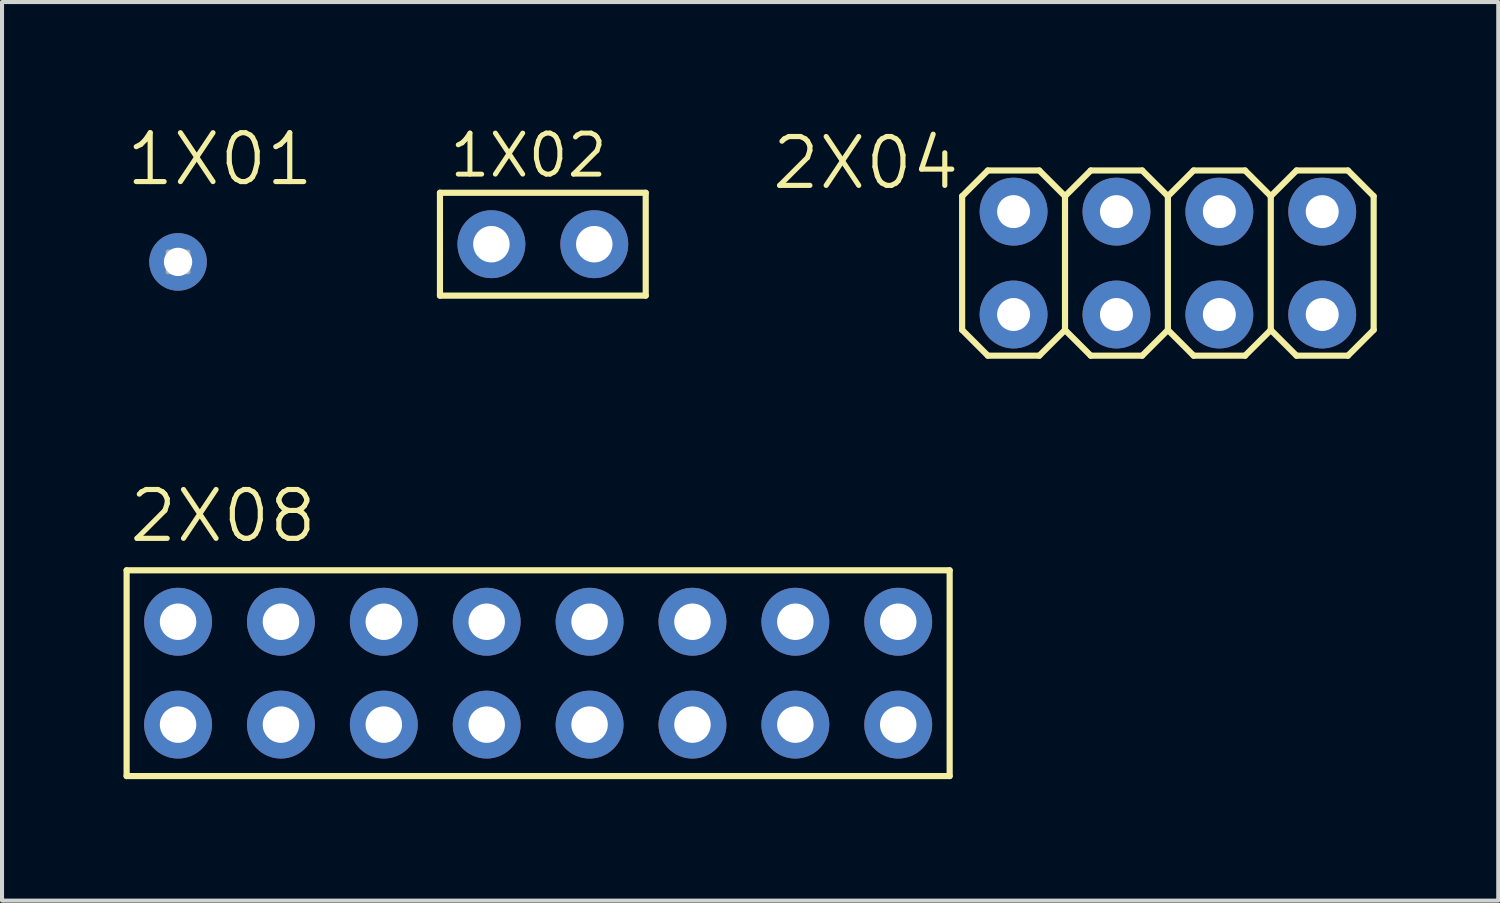
<source format=kicad_pcb>
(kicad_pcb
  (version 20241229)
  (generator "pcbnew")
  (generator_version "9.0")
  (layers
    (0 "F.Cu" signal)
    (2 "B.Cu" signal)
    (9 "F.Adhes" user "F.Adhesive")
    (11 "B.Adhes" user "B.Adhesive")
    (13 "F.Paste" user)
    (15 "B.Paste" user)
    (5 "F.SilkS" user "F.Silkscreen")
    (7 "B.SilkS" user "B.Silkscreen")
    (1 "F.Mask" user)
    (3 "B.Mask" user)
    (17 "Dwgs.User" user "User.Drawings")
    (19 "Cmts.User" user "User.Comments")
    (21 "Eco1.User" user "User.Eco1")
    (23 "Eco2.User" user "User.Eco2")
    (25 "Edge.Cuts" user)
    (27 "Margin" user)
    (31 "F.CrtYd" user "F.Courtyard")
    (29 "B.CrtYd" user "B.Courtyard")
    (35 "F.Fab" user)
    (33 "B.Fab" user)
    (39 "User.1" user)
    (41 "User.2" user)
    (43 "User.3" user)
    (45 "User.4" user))
  (footprint "1X01"
    (layer "F.Cu")
    (at 1.346 3.416)
    (property "Reference" "1X01" (at -1.346 -1.829 0) (layer "F.SilkS") (effects (font (size 1.206 1.206) (thickness 0.127)) (justify left bottom)))
    (attr through_hole)
    (fp_poly (pts (xy -0.254 0.254) (xy 0.254 0.254) (xy 0.254 -0.254) (xy -0.254 -0.254)) (stroke (width 0.1) (type solid)) (fill no) (layer "F.Fab"))
    (pad "1" thru_hole circle (at 0 0) (size 1.422 1.422) (drill 0.7) (layers "*.Cu" "*.Mask")))
  (footprint "1X02"
    (layer "F.Cu")
    (at 10.352 2.979)
    (property "Reference" "1X02" (at -2.362 -1.6 0) (layer "F.SilkS") (effects (font (size 1.013 1.013) (thickness 0.122)) (justify left bottom)))
    (attr through_hole)
    (fp_line (start -2.54 -1.27) (end -2.54 1.27) (stroke (width 0.152) (type solid)) (layer "F.SilkS"))
    (fp_line (start -2.54 -1.27) (end 2.54 -1.27) (stroke (width 0.152) (type solid)) (layer "F.SilkS"))
    (fp_line (start 2.54 -1.27) (end 2.54 1.27) (stroke (width 0.152) (type solid)) (layer "F.SilkS"))
    (fp_line (start 2.54 1.27) (end -2.54 1.27) (stroke (width 0.152) (type solid)) (layer "F.SilkS"))
    (fp_poly (pts (xy -1.524 0.254) (xy -1.016 0.254) (xy -1.016 -0.254) (xy -1.524 -0.254)) (stroke (width 0.1) (type solid)) (fill no) (layer "F.Fab"))
    (fp_poly (pts (xy 1.016 0.254) (xy 1.524 0.254) (xy 1.524 -0.254) (xy 1.016 -0.254)) (stroke (width 0.1) (type solid)) (fill no) (layer "F.Fab"))
    (pad "1" thru_hole circle (at -1.27 0 90) (size 1.676 1.676) (drill 0.9) (layers "*.Cu" "*.Mask"))
    (pad "2" thru_hole circle (at 1.27 0 90) (size 1.676 1.676) (drill 0.9) (layers "*.Cu" "*.Mask")))
  (footprint "2X08"
    (layer "F.Cu")
    (at 10.236 13.57)
    (property "Reference" "2X08" (at -10.16 -3.175 0) (layer "F.SilkS") (effects (font (size 1.206 1.206) (thickness 0.127)) (justify left bottom)))
    (attr through_hole)
    (fp_line (start -10.16 -2.54) (end 10.16 -2.54) (stroke (width 0.152) (type solid)) (layer "F.SilkS"))
    (fp_line (start -10.16 2.54) (end -10.16 -2.54) (stroke (width 0.152) (type solid)) (layer "F.SilkS"))
    (fp_line (start -10.16 2.54) (end 10.16 2.54) (stroke (width 0.152) (type solid)) (layer "F.SilkS"))
    (fp_line (start 10.16 -2.54) (end 10.16 2.54) (stroke (width 0.152) (type solid)) (layer "F.SilkS"))
    (fp_poly (pts (xy -9.144 -1.016) (xy -8.636 -1.016) (xy -8.636 -1.524) (xy -9.144 -1.524)) (stroke (width 0.1) (type solid)) (fill no) (layer "F.Fab"))
    (fp_poly (pts (xy -9.144 1.524) (xy -8.636 1.524) (xy -8.636 1.016) (xy -9.144 1.016)) (stroke (width 0.1) (type solid)) (fill no) (layer "F.Fab"))
    (fp_poly (pts (xy -6.604 -1.016) (xy -6.096 -1.016) (xy -6.096 -1.524) (xy -6.604 -1.524)) (stroke (width 0.1) (type solid)) (fill no) (layer "F.Fab"))
    (fp_poly (pts (xy -6.604 1.524) (xy -6.096 1.524) (xy -6.096 1.016) (xy -6.604 1.016)) (stroke (width 0.1) (type solid)) (fill no) (layer "F.Fab"))
    (fp_poly (pts (xy -4.064 -1.016) (xy -3.556 -1.016) (xy -3.556 -1.524) (xy -4.064 -1.524)) (stroke (width 0.1) (type solid)) (fill no) (layer "F.Fab"))
    (fp_poly (pts (xy -4.064 1.524) (xy -3.556 1.524) (xy -3.556 1.016) (xy -4.064 1.016)) (stroke (width 0.1) (type solid)) (fill no) (layer "F.Fab"))
    (fp_poly (pts (xy -1.524 -1.016) (xy -1.016 -1.016) (xy -1.016 -1.524) (xy -1.524 -1.524)) (stroke (width 0.1) (type solid)) (fill no) (layer "F.Fab"))
    (fp_poly (pts (xy -1.524 1.524) (xy -1.016 1.524) (xy -1.016 1.016) (xy -1.524 1.016)) (stroke (width 0.1) (type solid)) (fill no) (layer "F.Fab"))
    (fp_poly (pts (xy 1.016 -1.016) (xy 1.524 -1.016) (xy 1.524 -1.524) (xy 1.016 -1.524)) (stroke (width 0.1) (type solid)) (fill no) (layer "F.Fab"))
    (fp_poly (pts (xy 1.016 1.524) (xy 1.524 1.524) (xy 1.524 1.016) (xy 1.016 1.016)) (stroke (width 0.1) (type solid)) (fill no) (layer "F.Fab"))
    (fp_poly (pts (xy 3.556 -1.016) (xy 4.064 -1.016) (xy 4.064 -1.524) (xy 3.556 -1.524)) (stroke (width 0.1) (type solid)) (fill no) (layer "F.Fab"))
    (fp_poly (pts (xy 3.556 1.524) (xy 4.064 1.524) (xy 4.064 1.016) (xy 3.556 1.016)) (stroke (width 0.1) (type solid)) (fill no) (layer "F.Fab"))
    (fp_poly (pts (xy 6.096 -1.016) (xy 6.604 -1.016) (xy 6.604 -1.524) (xy 6.096 -1.524)) (stroke (width 0.1) (type solid)) (fill no) (layer "F.Fab"))
    (fp_poly (pts (xy 6.096 1.524) (xy 6.604 1.524) (xy 6.604 1.016) (xy 6.096 1.016)) (stroke (width 0.1) (type solid)) (fill no) (layer "F.Fab"))
    (fp_poly (pts (xy 8.636 -1.016) (xy 9.144 -1.016) (xy 9.144 -1.524) (xy 8.636 -1.524)) (stroke (width 0.1) (type solid)) (fill no) (layer "F.Fab"))
    (fp_poly (pts (xy 8.636 1.524) (xy 9.144 1.524) (xy 9.144 1.016) (xy 8.636 1.016)) (stroke (width 0.1) (type solid)) (fill no) (layer "F.Fab"))
    (pad "1" thru_hole circle (at -8.89 1.27) (size 1.676 1.676) (drill 0.9) (layers "*.Cu" "*.Mask"))
    (pad "2" thru_hole circle (at -8.89 -1.27) (size 1.676 1.676) (drill 0.9) (layers "*.Cu" "*.Mask"))
    (pad "3" thru_hole circle (at -6.35 1.27) (size 1.676 1.676) (drill 0.9) (layers "*.Cu" "*.Mask"))
    (pad "4" thru_hole circle (at -6.35 -1.27) (size 1.676 1.676) (drill 0.9) (layers "*.Cu" "*.Mask"))
    (pad "5" thru_hole circle (at -3.81 1.27) (size 1.676 1.676) (drill 0.9) (layers "*.Cu" "*.Mask"))
    (pad "6" thru_hole circle (at -3.81 -1.27) (size 1.676 1.676) (drill 0.9) (layers "*.Cu" "*.Mask"))
    (pad "7" thru_hole circle (at -1.27 1.27) (size 1.676 1.676) (drill 0.9) (layers "*.Cu" "*.Mask"))
    (pad "8" thru_hole circle (at -1.27 -1.27) (size 1.676 1.676) (drill 0.9) (layers "*.Cu" "*.Mask"))
    (pad "9" thru_hole circle (at 1.27 1.27) (size 1.676 1.676) (drill 0.9) (layers "*.Cu" "*.Mask"))
    (pad "10" thru_hole circle (at 1.27 -1.27) (size 1.676 1.676) (drill 0.9) (layers "*.Cu" "*.Mask"))
    (pad "11" thru_hole circle (at 3.81 1.27) (size 1.676 1.676) (drill 0.9) (layers "*.Cu" "*.Mask"))
    (pad "12" thru_hole circle (at 3.81 -1.27) (size 1.676 1.676) (drill 0.9) (layers "*.Cu" "*.Mask"))
    (pad "13" thru_hole circle (at 6.35 1.27) (size 1.676 1.676) (drill 0.9) (layers "*.Cu" "*.Mask"))
    (pad "14" thru_hole circle (at 6.35 -1.27) (size 1.676 1.676) (drill 0.9) (layers "*.Cu" "*.Mask"))
    (pad "15" thru_hole circle (at 8.89 1.27) (size 1.676 1.676) (drill 0.9) (layers "*.Cu" "*.Mask"))
    (pad "16" thru_hole circle (at 8.89 -1.27) (size 1.676 1.676) (drill 0.9) (layers "*.Cu" "*.Mask")))
  (footprint "2X04"
    (layer "F.Cu")
    (at 25.784 3.445)
    (property "Reference" "2X04" (at -5.08 -3.175 0) (layer "F.SilkS") (effects (font (size 1.206 1.206) (thickness 0.127)) (justify right top)))
    (attr through_hole)
    (fp_line (start -5.08 -1.651) (end -4.445 -2.286) (stroke (width 0.152) (type solid)) (layer "F.SilkS"))
    (fp_line (start -5.08 1.651) (end -5.08 -1.651) (stroke (width 0.152) (type solid)) (layer "F.SilkS"))
    (fp_line (start -5.08 1.651) (end -4.445 2.286) (stroke (width 0.152) (type solid)) (layer "F.SilkS"))
    (fp_line (start -4.445 -2.286) (end -3.175 -2.286) (stroke (width 0.152) (type solid)) (layer "F.SilkS"))
    (fp_line (start -4.445 2.286) (end -3.175 2.286) (stroke (width 0.152) (type solid)) (layer "F.SilkS"))
    (fp_line (start -3.175 -2.286) (end -2.54 -1.651) (stroke (width 0.152) (type solid)) (layer "F.SilkS"))
    (fp_line (start -3.175 2.286) (end -2.54 1.651) (stroke (width 0.152) (type solid)) (layer "F.SilkS"))
    (fp_line (start -2.54 -1.651) (end -2.54 1.651) (stroke (width 0.152) (type solid)) (layer "F.SilkS"))
    (fp_line (start -2.54 -1.651) (end -1.905 -2.286) (stroke (width 0.152) (type solid)) (layer "F.SilkS"))
    (fp_line (start -2.54 1.651) (end -1.905 2.286) (stroke (width 0.152) (type solid)) (layer "F.SilkS"))
    (fp_line (start -1.905 -2.286) (end -0.635 -2.286) (stroke (width 0.152) (type solid)) (layer "F.SilkS"))
    (fp_line (start -1.905 2.286) (end -0.635 2.286) (stroke (width 0.152) (type solid)) (layer "F.SilkS"))
    (fp_line (start -0.635 -2.286) (end 0 -1.651) (stroke (width 0.152) (type solid)) (layer "F.SilkS"))
    (fp_line (start -0.635 2.286) (end 0 1.651) (stroke (width 0.152) (type solid)) (layer "F.SilkS"))
    (fp_line (start 0 -1.651) (end 0 1.651) (stroke (width 0.152) (type solid)) (layer "F.SilkS"))
    (fp_line (start 0 -1.651) (end 0.635 -2.286) (stroke (width 0.152) (type solid)) (layer "F.SilkS"))
    (fp_line (start 0 1.651) (end 0.635 2.286) (stroke (width 0.152) (type solid)) (layer "F.SilkS"))
    (fp_line (start 0.635 -2.286) (end 1.905 -2.286) (stroke (width 0.152) (type solid)) (layer "F.SilkS"))
    (fp_line (start 0.635 2.286) (end 1.905 2.286) (stroke (width 0.152) (type solid)) (layer "F.SilkS"))
    (fp_line (start 1.905 -2.286) (end 2.54 -1.651) (stroke (width 0.152) (type solid)) (layer "F.SilkS"))
    (fp_line (start 1.905 2.286) (end 2.54 1.651) (stroke (width 0.152) (type solid)) (layer "F.SilkS"))
    (fp_line (start 2.54 -1.651) (end 2.54 1.651) (stroke (width 0.152) (type solid)) (layer "F.SilkS"))
    (fp_line (start 2.54 -1.651) (end 3.175 -2.286) (stroke (width 0.152) (type solid)) (layer "F.SilkS"))
    (fp_line (start 2.54 1.651) (end 3.175 2.286) (stroke (width 0.152) (type solid)) (layer "F.SilkS"))
    (fp_line (start 3.175 -2.286) (end 4.445 -2.286) (stroke (width 0.152) (type solid)) (layer "F.SilkS"))
    (fp_line (start 3.175 2.286) (end 4.445 2.286) (stroke (width 0.152) (type solid)) (layer "F.SilkS"))
    (fp_line (start 4.445 -2.286) (end 5.08 -1.651) (stroke (width 0.152) (type solid)) (layer "F.SilkS"))
    (fp_line (start 4.445 2.286) (end 5.08 1.651) (stroke (width 0.152) (type solid)) (layer "F.SilkS"))
    (fp_line (start 5.08 -1.651) (end 5.08 1.651) (stroke (width 0.152) (type solid)) (layer "F.SilkS"))
    (fp_poly (pts (xy -4.064 -1.016) (xy -3.556 -1.016) (xy -3.556 -1.524) (xy -4.064 -1.524)) (stroke (width 0.1) (type solid)) (fill no) (layer "F.Fab"))
    (fp_poly (pts (xy -4.064 1.524) (xy -3.556 1.524) (xy -3.556 1.016) (xy -4.064 1.016)) (stroke (width 0.1) (type solid)) (fill no) (layer "F.Fab"))
    (fp_poly (pts (xy -1.524 -1.016) (xy -1.016 -1.016) (xy -1.016 -1.524) (xy -1.524 -1.524)) (stroke (width 0.1) (type solid)) (fill no) (layer "F.Fab"))
    (fp_poly (pts (xy -1.524 1.524) (xy -1.016 1.524) (xy -1.016 1.016) (xy -1.524 1.016)) (stroke (width 0.1) (type solid)) (fill no) (layer "F.Fab"))
    (fp_poly (pts (xy 1.016 -1.016) (xy 1.524 -1.016) (xy 1.524 -1.524) (xy 1.016 -1.524)) (stroke (width 0.1) (type solid)) (fill no) (layer "F.Fab"))
    (fp_poly (pts (xy 1.016 1.524) (xy 1.524 1.524) (xy 1.524 1.016) (xy 1.016 1.016)) (stroke (width 0.1) (type solid)) (fill no) (layer "F.Fab"))
    (fp_poly (pts (xy 3.556 -1.016) (xy 4.064 -1.016) (xy 4.064 -1.524) (xy 3.556 -1.524)) (stroke (width 0.1) (type solid)) (fill no) (layer "F.Fab"))
    (fp_poly (pts (xy 3.556 1.524) (xy 4.064 1.524) (xy 4.064 1.016) (xy 3.556 1.016)) (stroke (width 0.1) (type solid)) (fill no) (layer "F.Fab"))
    (pad "1" thru_hole circle (at -3.81 1.27) (size 1.676 1.676) (drill 0.813) (layers "*.Cu" "*.Mask"))
    (pad "2" thru_hole circle (at -3.81 -1.27) (size 1.676 1.676) (drill 0.813) (layers "*.Cu" "*.Mask"))
    (pad "3" thru_hole circle (at -1.27 1.27) (size 1.676 1.676) (drill 0.813) (layers "*.Cu" "*.Mask"))
    (pad "4" thru_hole circle (at -1.27 -1.27) (size 1.676 1.676) (drill 0.813) (layers "*.Cu" "*.Mask"))
    (pad "5" thru_hole circle (at 1.27 1.27) (size 1.676 1.676) (drill 0.813) (layers "*.Cu" "*.Mask"))
    (pad "6" thru_hole circle (at 1.27 -1.27) (size 1.676 1.676) (drill 0.813) (layers "*.Cu" "*.Mask"))
    (pad "7" thru_hole circle (at 3.81 1.27) (size 1.676 1.676) (drill 0.813) (layers "*.Cu" "*.Mask"))
    (pad "8" thru_hole circle (at 3.81 -1.27) (size 1.676 1.676) (drill 0.813) (layers "*.Cu" "*.Mask")))
  (gr_rect
    (start -3 -3)
    (end 33.94 19.186)
    (stroke (width 0.1) (type default))
    (fill no)
    (layer "Edge.Cuts")))
</source>
